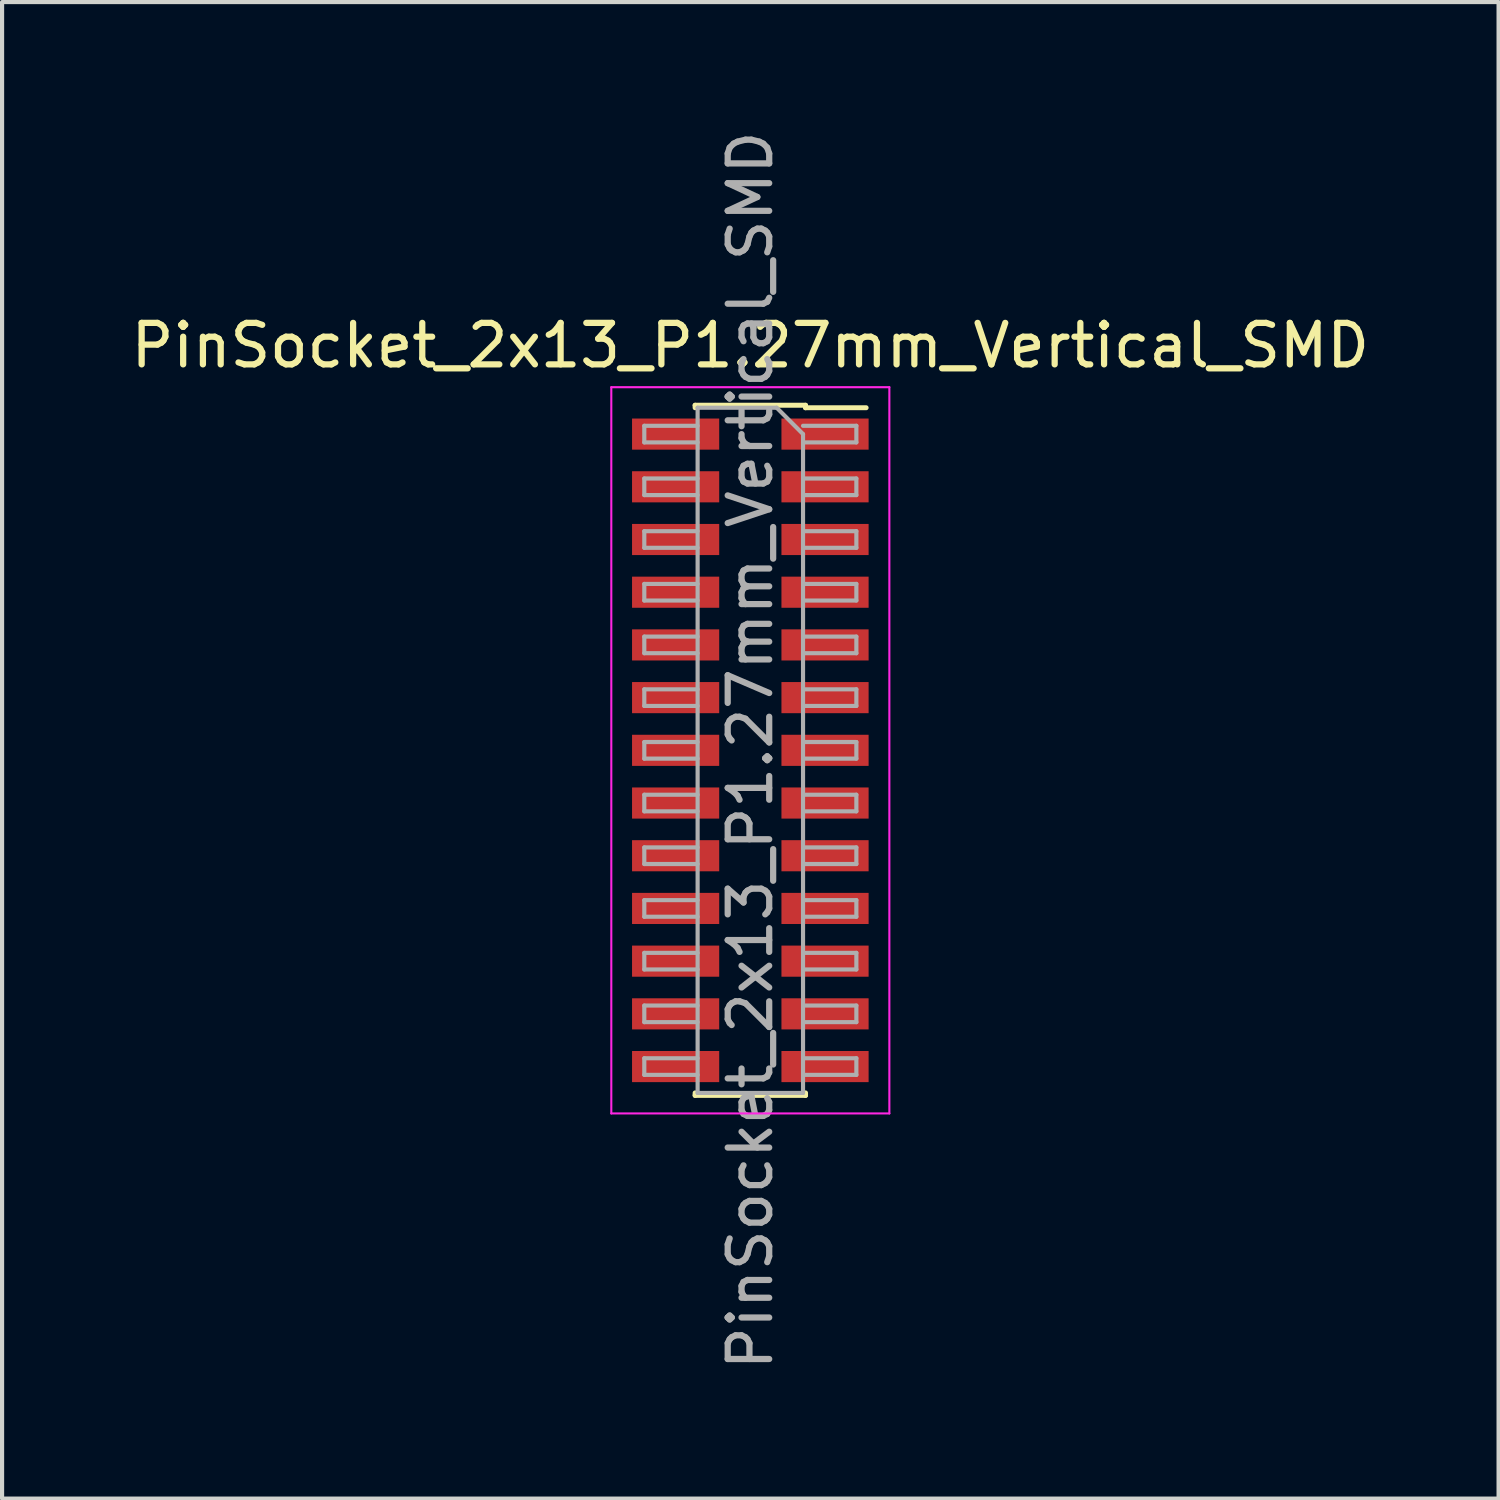
<source format=kicad_pcb>
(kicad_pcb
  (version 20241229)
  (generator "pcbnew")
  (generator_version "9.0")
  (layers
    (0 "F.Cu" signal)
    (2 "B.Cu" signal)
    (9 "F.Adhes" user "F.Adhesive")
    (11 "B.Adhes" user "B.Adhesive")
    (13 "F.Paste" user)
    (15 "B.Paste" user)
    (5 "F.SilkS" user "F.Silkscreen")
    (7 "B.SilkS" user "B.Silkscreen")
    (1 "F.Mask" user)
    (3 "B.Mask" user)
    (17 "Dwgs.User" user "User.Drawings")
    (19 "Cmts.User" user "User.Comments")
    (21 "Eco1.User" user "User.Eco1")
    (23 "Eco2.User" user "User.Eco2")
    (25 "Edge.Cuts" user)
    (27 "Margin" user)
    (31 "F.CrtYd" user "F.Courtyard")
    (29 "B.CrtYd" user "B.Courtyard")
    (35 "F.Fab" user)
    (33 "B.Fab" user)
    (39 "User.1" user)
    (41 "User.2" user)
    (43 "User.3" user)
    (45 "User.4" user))
  (footprint "PinSocket_2x13_P1.27mm_Vertical_SMD"
    (layer "F.Cu")
    (at 15.03 15.03)
    (property "Reference" "PinSocket_2x13_P1.27mm_Vertical_SMD" (at 0 -9.755 0) (layer "F.SilkS") (effects (font (size 1 1) (thickness 0.15))))
    (attr smd)
    (fp_line (start -1.33 -8.315) (end -1.33 -8.255) (stroke (width 0.12) (type solid)) (layer "F.SilkS"))
    (fp_line (start -1.33 -8.315) (end 1.33 -8.315) (stroke (width 0.12) (type solid)) (layer "F.SilkS"))
    (fp_line (start -1.33 8.255) (end -1.33 8.315) (stroke (width 0.12) (type solid)) (layer "F.SilkS"))
    (fp_line (start -1.33 8.315) (end 1.33 8.315) (stroke (width 0.12) (type solid)) (layer "F.SilkS"))
    (fp_line (start 1.33 -8.315) (end 1.33 -8.255) (stroke (width 0.12) (type solid)) (layer "F.SilkS"))
    (fp_line (start 1.33 -8.255) (end 2.79 -8.255) (stroke (width 0.12) (type solid)) (layer "F.SilkS"))
    (fp_line (start 1.33 8.255) (end 1.33 8.315) (stroke (width 0.12) (type solid)) (layer "F.SilkS"))
    (fp_line (start -3.35 -8.75) (end 3.35 -8.75) (stroke (width 0.05) (type solid)) (layer "F.CrtYd"))
    (fp_line (start -3.35 8.75) (end -3.35 -8.75) (stroke (width 0.05) (type solid)) (layer "F.CrtYd"))
    (fp_line (start 3.35 -8.75) (end 3.35 8.75) (stroke (width 0.05) (type solid)) (layer "F.CrtYd"))
    (fp_line (start 3.35 8.75) (end -3.35 8.75) (stroke (width 0.05) (type solid)) (layer "F.CrtYd"))
    (fp_line (start -2.555 -7.82) (end -1.27 -7.82) (stroke (width 0.1) (type solid)) (layer "F.Fab"))
    (fp_line (start -2.555 -7.42) (end -2.555 -7.82) (stroke (width 0.1) (type solid)) (layer "F.Fab"))
    (fp_line (start -2.555 -6.55) (end -1.27 -6.55) (stroke (width 0.1) (type solid)) (layer "F.Fab"))
    (fp_line (start -2.555 -6.15) (end -2.555 -6.55) (stroke (width 0.1) (type solid)) (layer "F.Fab"))
    (fp_line (start -2.555 -5.28) (end -1.27 -5.28) (stroke (width 0.1) (type solid)) (layer "F.Fab"))
    (fp_line (start -2.555 -4.88) (end -2.555 -5.28) (stroke (width 0.1) (type solid)) (layer "F.Fab"))
    (fp_line (start -2.555 -4.01) (end -1.27 -4.01) (stroke (width 0.1) (type solid)) (layer "F.Fab"))
    (fp_line (start -2.555 -3.61) (end -2.555 -4.01) (stroke (width 0.1) (type solid)) (layer "F.Fab"))
    (fp_line (start -2.555 -2.74) (end -1.27 -2.74) (stroke (width 0.1) (type solid)) (layer "F.Fab"))
    (fp_line (start -2.555 -2.34) (end -2.555 -2.74) (stroke (width 0.1) (type solid)) (layer "F.Fab"))
    (fp_line (start -2.555 -1.47) (end -1.27 -1.47) (stroke (width 0.1) (type solid)) (layer "F.Fab"))
    (fp_line (start -2.555 -1.07) (end -2.555 -1.47) (stroke (width 0.1) (type solid)) (layer "F.Fab"))
    (fp_line (start -2.555 -0.2) (end -1.27 -0.2) (stroke (width 0.1) (type solid)) (layer "F.Fab"))
    (fp_line (start -2.555 0.2) (end -2.555 -0.2) (stroke (width 0.1) (type solid)) (layer "F.Fab"))
    (fp_line (start -2.555 1.07) (end -1.27 1.07) (stroke (width 0.1) (type solid)) (layer "F.Fab"))
    (fp_line (start -2.555 1.47) (end -2.555 1.07) (stroke (width 0.1) (type solid)) (layer "F.Fab"))
    (fp_line (start -2.555 2.34) (end -1.27 2.34) (stroke (width 0.1) (type solid)) (layer "F.Fab"))
    (fp_line (start -2.555 2.74) (end -2.555 2.34) (stroke (width 0.1) (type solid)) (layer "F.Fab"))
    (fp_line (start -2.555 3.61) (end -1.27 3.61) (stroke (width 0.1) (type solid)) (layer "F.Fab"))
    (fp_line (start -2.555 4.01) (end -2.555 3.61) (stroke (width 0.1) (type solid)) (layer "F.Fab"))
    (fp_line (start -2.555 4.88) (end -1.27 4.88) (stroke (width 0.1) (type solid)) (layer "F.Fab"))
    (fp_line (start -2.555 5.28) (end -2.555 4.88) (stroke (width 0.1) (type solid)) (layer "F.Fab"))
    (fp_line (start -2.555 6.15) (end -1.27 6.15) (stroke (width 0.1) (type solid)) (layer "F.Fab"))
    (fp_line (start -2.555 6.55) (end -2.555 6.15) (stroke (width 0.1) (type solid)) (layer "F.Fab"))
    (fp_line (start -2.555 7.42) (end -1.27 7.42) (stroke (width 0.1) (type solid)) (layer "F.Fab"))
    (fp_line (start -2.555 7.82) (end -2.555 7.42) (stroke (width 0.1) (type solid)) (layer "F.Fab"))
    (fp_line (start -1.27 -8.255) (end 0.635 -8.255) (stroke (width 0.1) (type solid)) (layer "F.Fab"))
    (fp_line (start -1.27 -7.42) (end -2.555 -7.42) (stroke (width 0.1) (type solid)) (layer "F.Fab"))
    (fp_line (start -1.27 -6.15) (end -2.555 -6.15) (stroke (width 0.1) (type solid)) (layer "F.Fab"))
    (fp_line (start -1.27 -4.88) (end -2.555 -4.88) (stroke (width 0.1) (type solid)) (layer "F.Fab"))
    (fp_line (start -1.27 -3.61) (end -2.555 -3.61) (stroke (width 0.1) (type solid)) (layer "F.Fab"))
    (fp_line (start -1.27 -2.34) (end -2.555 -2.34) (stroke (width 0.1) (type solid)) (layer "F.Fab"))
    (fp_line (start -1.27 -1.07) (end -2.555 -1.07) (stroke (width 0.1) (type solid)) (layer "F.Fab"))
    (fp_line (start -1.27 0.2) (end -2.555 0.2) (stroke (width 0.1) (type solid)) (layer "F.Fab"))
    (fp_line (start -1.27 1.47) (end -2.555 1.47) (stroke (width 0.1) (type solid)) (layer "F.Fab"))
    (fp_line (start -1.27 2.74) (end -2.555 2.74) (stroke (width 0.1) (type solid)) (layer "F.Fab"))
    (fp_line (start -1.27 4.01) (end -2.555 4.01) (stroke (width 0.1) (type solid)) (layer "F.Fab"))
    (fp_line (start -1.27 5.28) (end -2.555 5.28) (stroke (width 0.1) (type solid)) (layer "F.Fab"))
    (fp_line (start -1.27 6.55) (end -2.555 6.55) (stroke (width 0.1) (type solid)) (layer "F.Fab"))
    (fp_line (start -1.27 7.82) (end -2.555 7.82) (stroke (width 0.1) (type solid)) (layer "F.Fab"))
    (fp_line (start -1.27 8.255) (end -1.27 -8.255) (stroke (width 0.1) (type solid)) (layer "F.Fab"))
    (fp_line (start 0.635 -8.255) (end 1.27 -7.62) (stroke (width 0.1) (type solid)) (layer "F.Fab"))
    (fp_line (start 1.27 -7.82) (end 2.555 -7.82) (stroke (width 0.1) (type solid)) (layer "F.Fab"))
    (fp_line (start 1.27 -7.62) (end 1.27 8.255) (stroke (width 0.1) (type solid)) (layer "F.Fab"))
    (fp_line (start 1.27 -6.55) (end 2.555 -6.55) (stroke (width 0.1) (type solid)) (layer "F.Fab"))
    (fp_line (start 1.27 -5.28) (end 2.555 -5.28) (stroke (width 0.1) (type solid)) (layer "F.Fab"))
    (fp_line (start 1.27 -4.01) (end 2.555 -4.01) (stroke (width 0.1) (type solid)) (layer "F.Fab"))
    (fp_line (start 1.27 -2.74) (end 2.555 -2.74) (stroke (width 0.1) (type solid)) (layer "F.Fab"))
    (fp_line (start 1.27 -1.47) (end 2.555 -1.47) (stroke (width 0.1) (type solid)) (layer "F.Fab"))
    (fp_line (start 1.27 -0.2) (end 2.555 -0.2) (stroke (width 0.1) (type solid)) (layer "F.Fab"))
    (fp_line (start 1.27 1.07) (end 2.555 1.07) (stroke (width 0.1) (type solid)) (layer "F.Fab"))
    (fp_line (start 1.27 2.34) (end 2.555 2.34) (stroke (width 0.1) (type solid)) (layer "F.Fab"))
    (fp_line (start 1.27 3.61) (end 2.555 3.61) (stroke (width 0.1) (type solid)) (layer "F.Fab"))
    (fp_line (start 1.27 4.88) (end 2.555 4.88) (stroke (width 0.1) (type solid)) (layer "F.Fab"))
    (fp_line (start 1.27 6.15) (end 2.555 6.15) (stroke (width 0.1) (type solid)) (layer "F.Fab"))
    (fp_line (start 1.27 7.42) (end 2.555 7.42) (stroke (width 0.1) (type solid)) (layer "F.Fab"))
    (fp_line (start 1.27 8.255) (end -1.27 8.255) (stroke (width 0.1) (type solid)) (layer "F.Fab"))
    (fp_line (start 2.555 -7.82) (end 2.555 -7.42) (stroke (width 0.1) (type solid)) (layer "F.Fab"))
    (fp_line (start 2.555 -7.42) (end 1.27 -7.42) (stroke (width 0.1) (type solid)) (layer "F.Fab"))
    (fp_line (start 2.555 -6.55) (end 2.555 -6.15) (stroke (width 0.1) (type solid)) (layer "F.Fab"))
    (fp_line (start 2.555 -6.15) (end 1.27 -6.15) (stroke (width 0.1) (type solid)) (layer "F.Fab"))
    (fp_line (start 2.555 -5.28) (end 2.555 -4.88) (stroke (width 0.1) (type solid)) (layer "F.Fab"))
    (fp_line (start 2.555 -4.88) (end 1.27 -4.88) (stroke (width 0.1) (type solid)) (layer "F.Fab"))
    (fp_line (start 2.555 -4.01) (end 2.555 -3.61) (stroke (width 0.1) (type solid)) (layer "F.Fab"))
    (fp_line (start 2.555 -3.61) (end 1.27 -3.61) (stroke (width 0.1) (type solid)) (layer "F.Fab"))
    (fp_line (start 2.555 -2.74) (end 2.555 -2.34) (stroke (width 0.1) (type solid)) (layer "F.Fab"))
    (fp_line (start 2.555 -2.34) (end 1.27 -2.34) (stroke (width 0.1) (type solid)) (layer "F.Fab"))
    (fp_line (start 2.555 -1.47) (end 2.555 -1.07) (stroke (width 0.1) (type solid)) (layer "F.Fab"))
    (fp_line (start 2.555 -1.07) (end 1.27 -1.07) (stroke (width 0.1) (type solid)) (layer "F.Fab"))
    (fp_line (start 2.555 -0.2) (end 2.555 0.2) (stroke (width 0.1) (type solid)) (layer "F.Fab"))
    (fp_line (start 2.555 0.2) (end 1.27 0.2) (stroke (width 0.1) (type solid)) (layer "F.Fab"))
    (fp_line (start 2.555 1.07) (end 2.555 1.47) (stroke (width 0.1) (type solid)) (layer "F.Fab"))
    (fp_line (start 2.555 1.47) (end 1.27 1.47) (stroke (width 0.1) (type solid)) (layer "F.Fab"))
    (fp_line (start 2.555 2.34) (end 2.555 2.74) (stroke (width 0.1) (type solid)) (layer "F.Fab"))
    (fp_line (start 2.555 2.74) (end 1.27 2.74) (stroke (width 0.1) (type solid)) (layer "F.Fab"))
    (fp_line (start 2.555 3.61) (end 2.555 4.01) (stroke (width 0.1) (type solid)) (layer "F.Fab"))
    (fp_line (start 2.555 4.01) (end 1.27 4.01) (stroke (width 0.1) (type solid)) (layer "F.Fab"))
    (fp_line (start 2.555 4.88) (end 2.555 5.28) (stroke (width 0.1) (type solid)) (layer "F.Fab"))
    (fp_line (start 2.555 5.28) (end 1.27 5.28) (stroke (width 0.1) (type solid)) (layer "F.Fab"))
    (fp_line (start 2.555 6.15) (end 2.555 6.55) (stroke (width 0.1) (type solid)) (layer "F.Fab"))
    (fp_line (start 2.555 6.55) (end 1.27 6.55) (stroke (width 0.1) (type solid)) (layer "F.Fab"))
    (fp_line (start 2.555 7.42) (end 2.555 7.82) (stroke (width 0.1) (type solid)) (layer "F.Fab"))
    (fp_line (start 2.555 7.82) (end 1.27 7.82) (stroke (width 0.1) (type solid)) (layer "F.Fab"))
    (fp_text user "${REFERENCE}" (at 0 0 90) (layer "F.Fab") (effects (font (size 1 1) (thickness 0.15))))
    (pad "1" smd rect (at 1.8 -7.62) (size 2.1 0.75) (layers "F.Cu" "F.Mask" "F.Paste"))
    (pad "2" smd rect (at -1.8 -7.62) (size 2.1 0.75) (layers "F.Cu" "F.Mask" "F.Paste"))
    (pad "3" smd rect (at 1.8 -6.35) (size 2.1 0.75) (layers "F.Cu" "F.Mask" "F.Paste"))
    (pad "4" smd rect (at -1.8 -6.35) (size 2.1 0.75) (layers "F.Cu" "F.Mask" "F.Paste"))
    (pad "5" smd rect (at 1.8 -5.08) (size 2.1 0.75) (layers "F.Cu" "F.Mask" "F.Paste"))
    (pad "6" smd rect (at -1.8 -5.08) (size 2.1 0.75) (layers "F.Cu" "F.Mask" "F.Paste"))
    (pad "7" smd rect (at 1.8 -3.81) (size 2.1 0.75) (layers "F.Cu" "F.Mask" "F.Paste"))
    (pad "8" smd rect (at -1.8 -3.81) (size 2.1 0.75) (layers "F.Cu" "F.Mask" "F.Paste"))
    (pad "9" smd rect (at 1.8 -2.54) (size 2.1 0.75) (layers "F.Cu" "F.Mask" "F.Paste"))
    (pad "10" smd rect (at -1.8 -2.54) (size 2.1 0.75) (layers "F.Cu" "F.Mask" "F.Paste"))
    (pad "11" smd rect (at 1.8 -1.27) (size 2.1 0.75) (layers "F.Cu" "F.Mask" "F.Paste"))
    (pad "12" smd rect (at -1.8 -1.27) (size 2.1 0.75) (layers "F.Cu" "F.Mask" "F.Paste"))
    (pad "13" smd rect (at 1.8 0) (size 2.1 0.75) (layers "F.Cu" "F.Mask" "F.Paste"))
    (pad "14" smd rect (at -1.8 0) (size 2.1 0.75) (layers "F.Cu" "F.Mask" "F.Paste"))
    (pad "15" smd rect (at 1.8 1.27) (size 2.1 0.75) (layers "F.Cu" "F.Mask" "F.Paste"))
    (pad "16" smd rect (at -1.8 1.27) (size 2.1 0.75) (layers "F.Cu" "F.Mask" "F.Paste"))
    (pad "17" smd rect (at 1.8 2.54) (size 2.1 0.75) (layers "F.Cu" "F.Mask" "F.Paste"))
    (pad "18" smd rect (at -1.8 2.54) (size 2.1 0.75) (layers "F.Cu" "F.Mask" "F.Paste"))
    (pad "19" smd rect (at 1.8 3.81) (size 2.1 0.75) (layers "F.Cu" "F.Mask" "F.Paste"))
    (pad "20" smd rect (at -1.8 3.81) (size 2.1 0.75) (layers "F.Cu" "F.Mask" "F.Paste"))
    (pad "21" smd rect (at 1.8 5.08) (size 2.1 0.75) (layers "F.Cu" "F.Mask" "F.Paste"))
    (pad "22" smd rect (at -1.8 5.08) (size 2.1 0.75) (layers "F.Cu" "F.Mask" "F.Paste"))
    (pad "23" smd rect (at 1.8 6.35) (size 2.1 0.75) (layers "F.Cu" "F.Mask" "F.Paste"))
    (pad "24" smd rect (at -1.8 6.35) (size 2.1 0.75) (layers "F.Cu" "F.Mask" "F.Paste"))
    (pad "25" smd rect (at 1.8 7.62) (size 2.1 0.75) (layers "F.Cu" "F.Mask" "F.Paste"))
    (pad "26" smd rect (at -1.8 7.62) (size 2.1 0.75) (layers "F.Cu" "F.Mask" "F.Paste")))
  (gr_rect
    (start -3 -3)
    (end 33.06 33.06)
    (stroke (width 0.1) (type default))
    (fill no)
    (layer "Edge.Cuts")))
</source>
